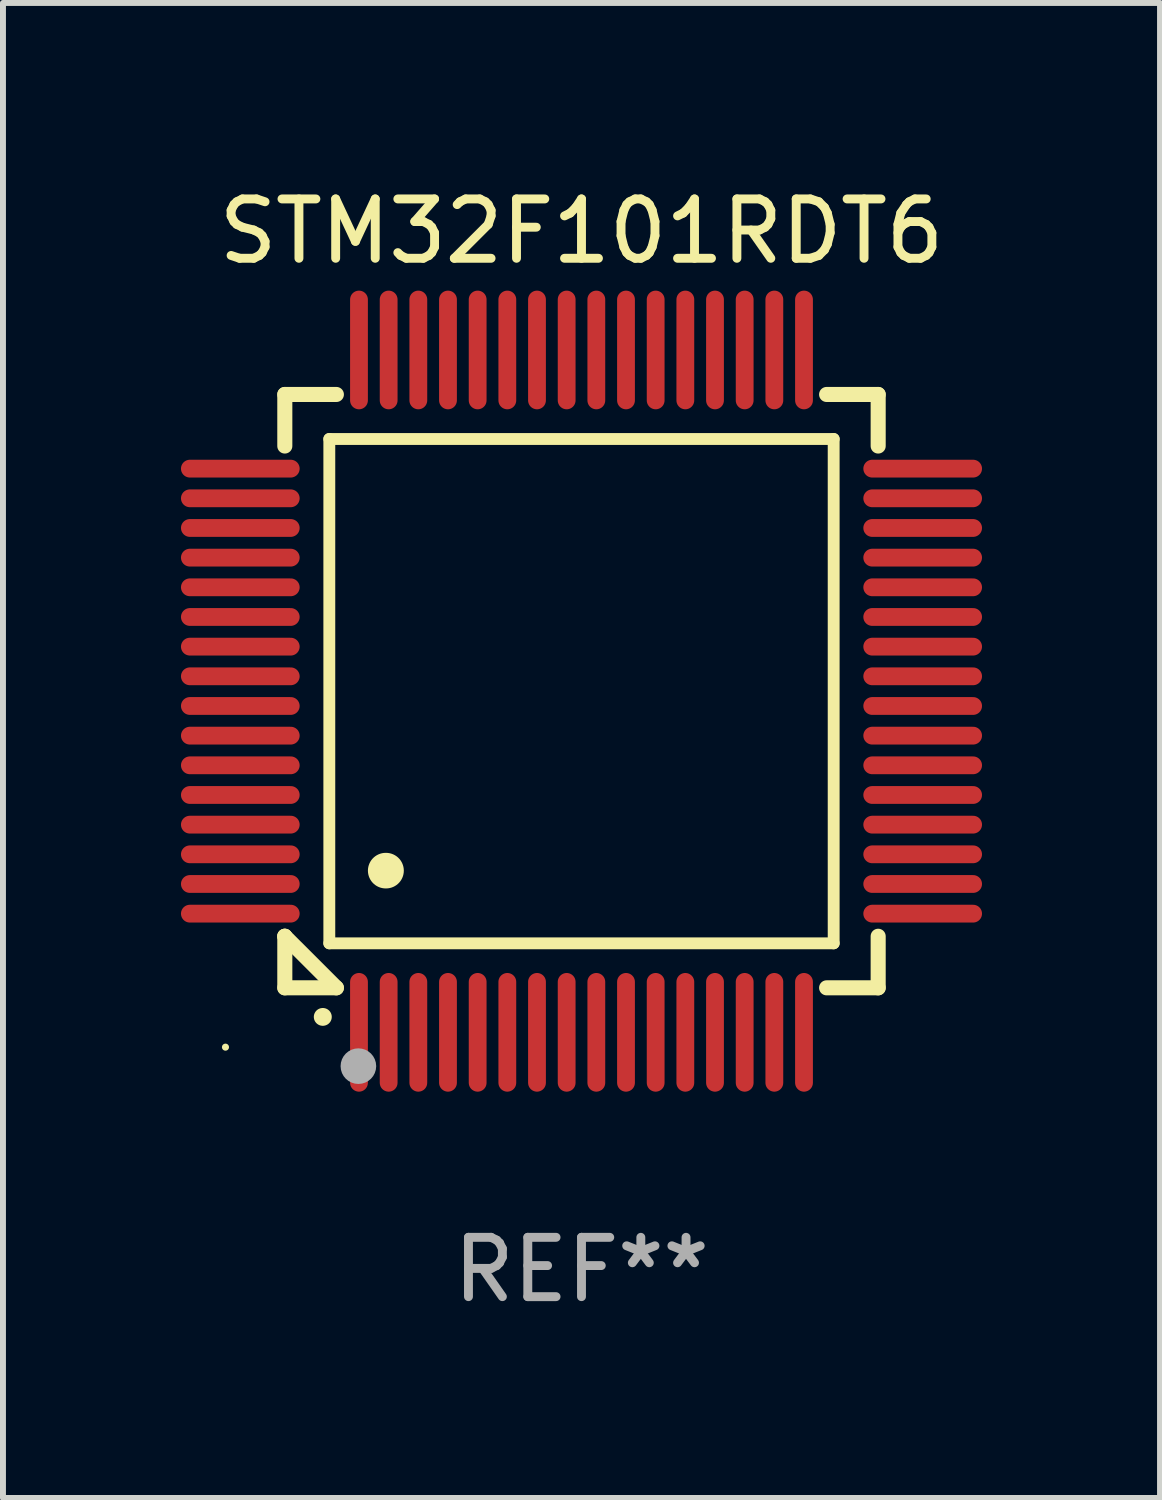
<source format=kicad_pcb>
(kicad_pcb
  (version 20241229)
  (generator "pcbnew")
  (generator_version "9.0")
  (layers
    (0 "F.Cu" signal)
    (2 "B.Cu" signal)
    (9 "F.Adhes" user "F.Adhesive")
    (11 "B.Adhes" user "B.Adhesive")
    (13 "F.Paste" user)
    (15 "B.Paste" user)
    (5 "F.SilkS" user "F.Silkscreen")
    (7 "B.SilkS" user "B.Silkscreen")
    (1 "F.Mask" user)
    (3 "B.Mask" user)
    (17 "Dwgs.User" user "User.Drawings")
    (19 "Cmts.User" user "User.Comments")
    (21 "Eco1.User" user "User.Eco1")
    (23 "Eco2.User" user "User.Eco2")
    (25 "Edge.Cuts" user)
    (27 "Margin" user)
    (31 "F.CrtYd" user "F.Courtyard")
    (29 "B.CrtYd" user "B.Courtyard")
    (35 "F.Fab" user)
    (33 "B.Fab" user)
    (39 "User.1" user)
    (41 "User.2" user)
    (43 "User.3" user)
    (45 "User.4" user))
  (footprint "STM32F101RDT6"
    (layer "F.Cu")
    (at 6.75 8.598)
    (property "Reference" "STM32F101RDT6" (at 0 -7.75 0) (layer "F.SilkS") (effects (font (size 1 1) (thickness 0.15))))
    (attr through_hole)
    (fp_line (start -5 -5) (end -4.131 -5) (stroke (width 0.254) (type solid)) (layer "F.SilkS"))
    (fp_line (start -5 -4.131) (end -5 -5) (stroke (width 0.254) (type solid)) (layer "F.SilkS"))
    (fp_line (start -5 4.131) (end -5 4.131) (stroke (width 0.254) (type solid)) (layer "F.SilkS"))
    (fp_line (start -5 5) (end -5 4.131) (stroke (width 0.254) (type solid)) (layer "F.SilkS"))
    (fp_line (start -5 4.131) (end -4.131 5) (stroke (width 0.254) (type solid)) (layer "F.SilkS"))
    (fp_line (start -4.25 -4.25) (end -4.25 4.25) (stroke (width 0.2) (type solid)) (layer "F.SilkS"))
    (fp_line (start -4.25 4.25) (end 4.25 4.25) (stroke (width 0.2) (type solid)) (layer "F.SilkS"))
    (fp_line (start -4.131 5) (end -5 5) (stroke (width 0.254) (type solid)) (layer "F.SilkS"))
    (fp_line (start 4.25 -4.25) (end -4.25 -4.25) (stroke (width 0.2) (type solid)) (layer "F.SilkS"))
    (fp_line (start 4.25 4.25) (end 4.25 -4.25) (stroke (width 0.2) (type solid)) (layer "F.SilkS"))
    (fp_line (start 5 -5) (end 4.131 -5) (stroke (width 0.254) (type solid)) (layer "F.SilkS"))
    (fp_line (start 5 -5) (end 5 -4.131) (stroke (width 0.254) (type solid)) (layer "F.SilkS"))
    (fp_line (start 5 4.131) (end 5 5) (stroke (width 0.254) (type solid)) (layer "F.SilkS"))
    (fp_line (start 5 5) (end 4.131 5) (stroke (width 0.254) (type solid)) (layer "F.SilkS"))
    (fp_arc (start -4.361265 5.489992) (mid -4.359995 5.489987) (end -4.358725 5.489992) (stroke (width 0.3) (type solid)) (layer "F.SilkS"))
    (fp_arc (start -3.299467 3.025146) (mid -3.296927 3.025135) (end -3.294387 3.025146) (stroke (width 0.6) (type solid)) (layer "F.SilkS"))
    (fp_circle (center -6 6) (end -5.97 6) (stroke (width 0.06) (type solid)) (fill no) (layer "F.SilkS"))
    (fp_circle (center -3.76 6.32) (end -3.61 6.32) (stroke (width 0.3) (type solid)) (fill no) (layer "F.Fab"))
    (fp_text user "REF**" (at 0 9.75 0) (layer "F.Fab") (effects (font (size 1 1) (thickness 0.15))))
    (pad "1" smd oval (at -3.75 5.75) (size 0.3 2) (layers "F.Cu" "F.Mask" "F.Paste"))
    (pad "2" smd oval (at -3.25 5.75) (size 0.3 2) (layers "F.Cu" "F.Mask" "F.Paste"))
    (pad "3" smd oval (at -2.75 5.75) (size 0.3 2) (layers "F.Cu" "F.Mask" "F.Paste"))
    (pad "4" smd oval (at -2.25 5.75) (size 0.3 2) (layers "F.Cu" "F.Mask" "F.Paste"))
    (pad "5" smd oval (at -1.75 5.75) (size 0.3 2) (layers "F.Cu" "F.Mask" "F.Paste"))
    (pad "6" smd oval (at -1.25 5.75) (size 0.3 2) (layers "F.Cu" "F.Mask" "F.Paste"))
    (pad "7" smd oval (at -0.75 5.75) (size 0.3 2) (layers "F.Cu" "F.Mask" "F.Paste"))
    (pad "8" smd oval (at -0.25 5.75) (size 0.3 2) (layers "F.Cu" "F.Mask" "F.Paste"))
    (pad "9" smd oval (at 0.25 5.75) (size 0.3 2) (layers "F.Cu" "F.Mask" "F.Paste"))
    (pad "10" smd oval (at 0.75 5.75) (size 0.3 2) (layers "F.Cu" "F.Mask" "F.Paste"))
    (pad "11" smd oval (at 1.25 5.75) (size 0.3 2) (layers "F.Cu" "F.Mask" "F.Paste"))
    (pad "12" smd oval (at 1.75 5.75) (size 0.3 2) (layers "F.Cu" "F.Mask" "F.Paste"))
    (pad "13" smd oval (at 2.25 5.75) (size 0.3 2) (layers "F.Cu" "F.Mask" "F.Paste"))
    (pad "14" smd oval (at 2.75 5.75) (size 0.3 2) (layers "F.Cu" "F.Mask" "F.Paste"))
    (pad "15" smd oval (at 3.25 5.75) (size 0.3 2) (layers "F.Cu" "F.Mask" "F.Paste"))
    (pad "16" smd oval (at 3.75 5.75) (size 0.3 2) (layers "F.Cu" "F.Mask" "F.Paste"))
    (pad "17" smd oval (at 5.75 3.75) (size 2 0.3) (layers "F.Cu" "F.Mask" "F.Paste"))
    (pad "18" smd oval (at 5.75 3.25) (size 2 0.3) (layers "F.Cu" "F.Mask" "F.Paste"))
    (pad "19" smd oval (at 5.75 2.75) (size 2 0.3) (layers "F.Cu" "F.Mask" "F.Paste"))
    (pad "20" smd oval (at 5.75 2.25) (size 2 0.3) (layers "F.Cu" "F.Mask" "F.Paste"))
    (pad "21" smd oval (at 5.75 1.75) (size 2 0.3) (layers "F.Cu" "F.Mask" "F.Paste"))
    (pad "22" smd oval (at 5.75 1.25) (size 2 0.3) (layers "F.Cu" "F.Mask" "F.Paste"))
    (pad "23" smd oval (at 5.75 0.75) (size 2 0.3) (layers "F.Cu" "F.Mask" "F.Paste"))
    (pad "24" smd oval (at 5.75 0.25) (size 2 0.3) (layers "F.Cu" "F.Mask" "F.Paste"))
    (pad "25" smd oval (at 5.75 -0.25) (size 2 0.3) (layers "F.Cu" "F.Mask" "F.Paste"))
    (pad "26" smd oval (at 5.75 -0.75) (size 2 0.3) (layers "F.Cu" "F.Mask" "F.Paste"))
    (pad "27" smd oval (at 5.75 -1.25) (size 2 0.3) (layers "F.Cu" "F.Mask" "F.Paste"))
    (pad "28" smd oval (at 5.75 -1.75) (size 2 0.3) (layers "F.Cu" "F.Mask" "F.Paste"))
    (pad "29" smd oval (at 5.75 -2.25) (size 2 0.3) (layers "F.Cu" "F.Mask" "F.Paste"))
    (pad "30" smd oval (at 5.75 -2.75) (size 2 0.3) (layers "F.Cu" "F.Mask" "F.Paste"))
    (pad "31" smd oval (at 5.75 -3.25) (size 2 0.3) (layers "F.Cu" "F.Mask" "F.Paste"))
    (pad "32" smd oval (at 5.75 -3.75) (size 2 0.3) (layers "F.Cu" "F.Mask" "F.Paste"))
    (pad "33" smd oval (at 3.75 -5.75) (size 0.3 2) (layers "F.Cu" "F.Mask" "F.Paste"))
    (pad "34" smd oval (at 3.25 -5.75) (size 0.3 2) (layers "F.Cu" "F.Mask" "F.Paste"))
    (pad "35" smd oval (at 2.75 -5.75) (size 0.3 2) (layers "F.Cu" "F.Mask" "F.Paste"))
    (pad "36" smd oval (at 2.25 -5.75) (size 0.3 2) (layers "F.Cu" "F.Mask" "F.Paste"))
    (pad "37" smd oval (at 1.75 -5.75) (size 0.3 2) (layers "F.Cu" "F.Mask" "F.Paste"))
    (pad "38" smd oval (at 1.25 -5.75) (size 0.3 2) (layers "F.Cu" "F.Mask" "F.Paste"))
    (pad "39" smd oval (at 0.75 -5.75) (size 0.3 2) (layers "F.Cu" "F.Mask" "F.Paste"))
    (pad "40" smd oval (at 0.25 -5.75) (size 0.3 2) (layers "F.Cu" "F.Mask" "F.Paste"))
    (pad "41" smd oval (at -0.25 -5.75) (size 0.3 2) (layers "F.Cu" "F.Mask" "F.Paste"))
    (pad "42" smd oval (at -0.75 -5.75) (size 0.3 2) (layers "F.Cu" "F.Mask" "F.Paste"))
    (pad "43" smd oval (at -1.25 -5.75) (size 0.3 2) (layers "F.Cu" "F.Mask" "F.Paste"))
    (pad "44" smd oval (at -1.75 -5.75) (size 0.3 2) (layers "F.Cu" "F.Mask" "F.Paste"))
    (pad "45" smd oval (at -2.25 -5.75) (size 0.3 2) (layers "F.Cu" "F.Mask" "F.Paste"))
    (pad "46" smd oval (at -2.75 -5.75) (size 0.3 2) (layers "F.Cu" "F.Mask" "F.Paste"))
    (pad "47" smd oval (at -3.25 -5.75) (size 0.3 2) (layers "F.Cu" "F.Mask" "F.Paste"))
    (pad "48" smd oval (at -3.75 -5.75) (size 0.3 2) (layers "F.Cu" "F.Mask" "F.Paste"))
    (pad "49" smd oval (at -5.75 -3.75) (size 2 0.3) (layers "F.Cu" "F.Mask" "F.Paste"))
    (pad "50" smd oval (at -5.75 -3.25) (size 2 0.3) (layers "F.Cu" "F.Mask" "F.Paste"))
    (pad "51" smd oval (at -5.75 -2.75) (size 2 0.3) (layers "F.Cu" "F.Mask" "F.Paste"))
    (pad "52" smd oval (at -5.75 -2.25) (size 2 0.3) (layers "F.Cu" "F.Mask" "F.Paste"))
    (pad "53" smd oval (at -5.75 -1.75) (size 2 0.3) (layers "F.Cu" "F.Mask" "F.Paste"))
    (pad "54" smd oval (at -5.75 -1.25) (size 2 0.3) (layers "F.Cu" "F.Mask" "F.Paste"))
    (pad "55" smd oval (at -5.75 -0.75) (size 2 0.3) (layers "F.Cu" "F.Mask" "F.Paste"))
    (pad "56" smd oval (at -5.75 -0.25) (size 2 0.3) (layers "F.Cu" "F.Mask" "F.Paste"))
    (pad "57" smd oval (at -5.75 0.25) (size 2 0.3) (layers "F.Cu" "F.Mask" "F.Paste"))
    (pad "58" smd oval (at -5.75 0.75) (size 2 0.3) (layers "F.Cu" "F.Mask" "F.Paste"))
    (pad "59" smd oval (at -5.75 1.25) (size 2 0.3) (layers "F.Cu" "F.Mask" "F.Paste"))
    (pad "60" smd oval (at -5.75 1.75) (size 2 0.3) (layers "F.Cu" "F.Mask" "F.Paste"))
    (pad "61" smd oval (at -5.75 2.25) (size 2 0.3) (layers "F.Cu" "F.Mask" "F.Paste"))
    (pad "62" smd oval (at -5.75 2.75) (size 2 0.3) (layers "F.Cu" "F.Mask" "F.Paste"))
    (pad "63" smd oval (at -5.75 3.25) (size 2 0.3) (layers "F.Cu" "F.Mask" "F.Paste"))
    (pad "64" smd oval (at -5.75 3.75) (size 2 0.3) (layers "F.Cu" "F.Mask" "F.Paste")))
  (gr_rect
    (start -3 -3)
    (end 16.5 22.196)
    (stroke (width 0.1) (type default))
    (fill no)
    (layer "Edge.Cuts")))
</source>
